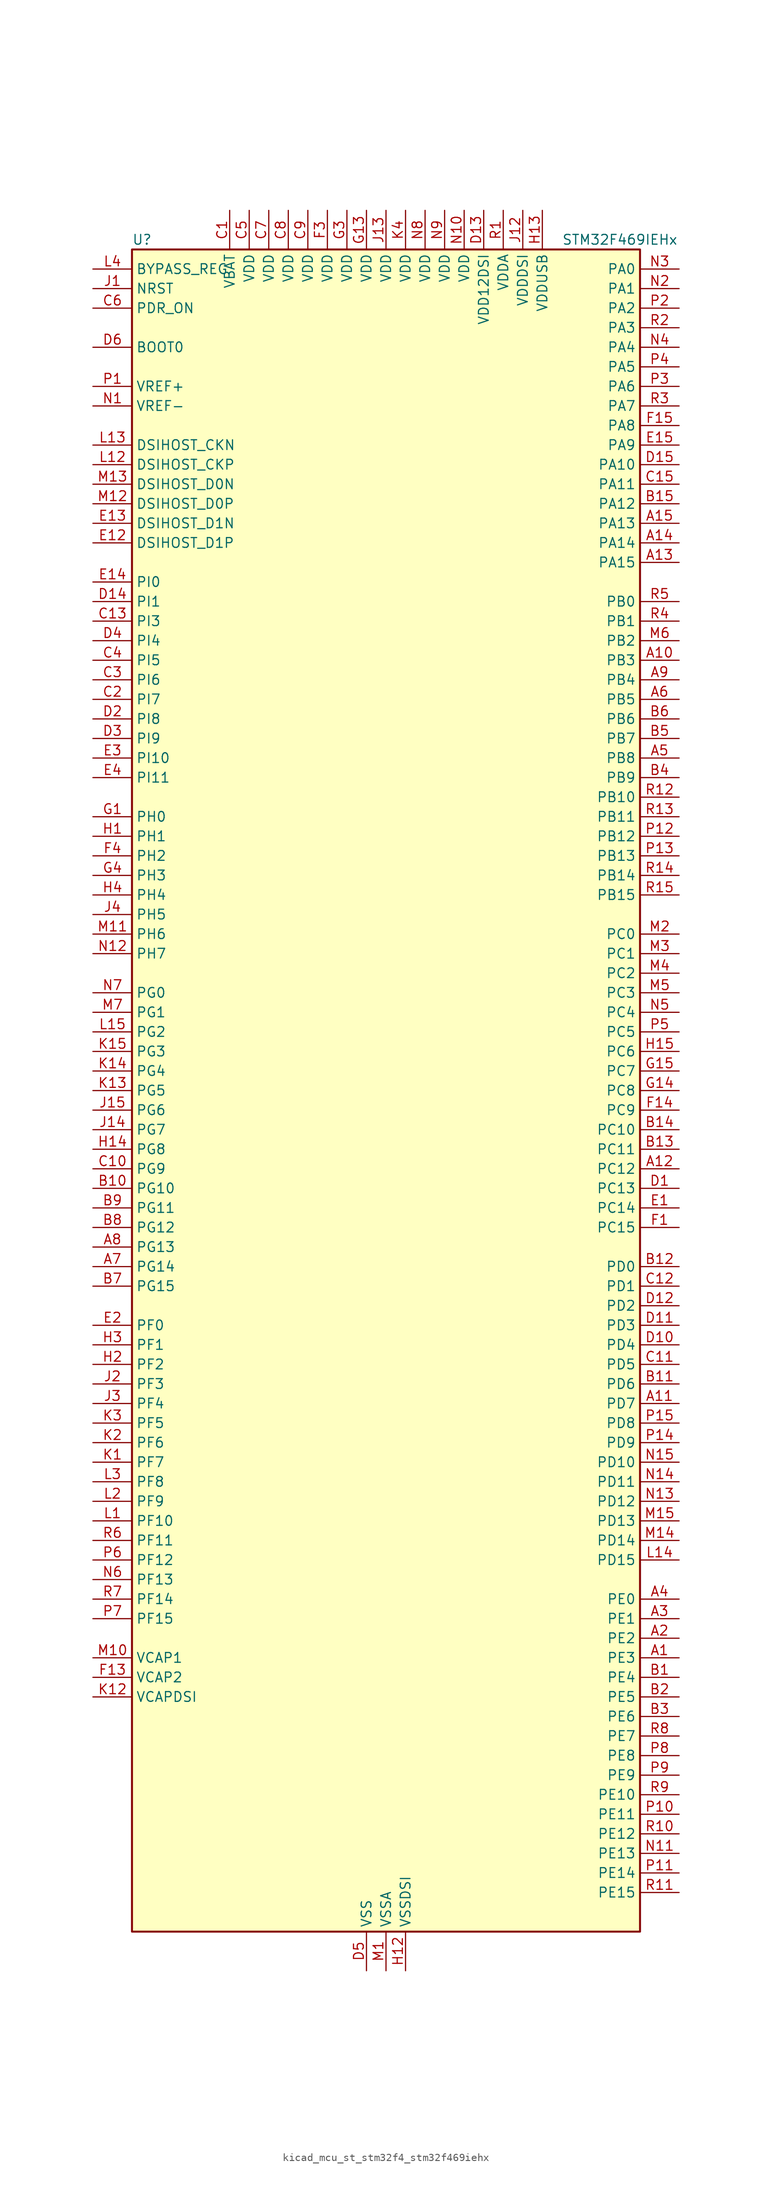
<source format=kicad_sym>
(kicad_symbol_lib
  (version 20220914)
  (generator kicad_symbol_editor)
  (symbol "kicad_mcu_st_stm32f4_stm32f469iehx"
    (property "Reference" "U"
      (at -33.02 110.49 0)
      (effects (font (size 1.27 1.27)) (justify left)))
    (property "Value" "STM32F469IEHx"
      (at 22.86 110.49 0)
      (effects (font (size 1.27 1.27)) (justify left)))
    (property "ki_locked" ""
      (at 0 0 0)
      (effects (font (size 1.27 1.27))))
    (symbol "kicad_mcu_st_stm32f4_stm32f469iehx_0_1"
      (rectangle (start -33.02 -109.22) (end 33.02 109.22) (stroke (width 0.254) (type default)) (fill (type background))))
    (symbol "kicad_mcu_st_stm32f4_stm32f469iehx_1_1"
      (pin bidirectional line (at 38.1 -73.66 180) (length 5.08) (name "PE3" (effects (font (size 1.27 1.27)))) (number "A1" (effects (font (size 1.27 1.27)))) (alternate "FMC_A19" bidirectional line) (alternate "SAI1_SD_B" bidirectional line) (alternate "SYS_TRACED0" bidirectional line))
      (pin bidirectional line (at 38.1 55.88 180) (length 5.08) (name "PB3" (effects (font (size 1.27 1.27)))) (number "A10" (effects (font (size 1.27 1.27)))) (alternate "I2S3_CK" bidirectional line) (alternate "SPI1_SCK" bidirectional line) (alternate "SPI3_SCK" bidirectional line) (alternate "SYS_JTDO-SWO" bidirectional line) (alternate "TIM2_CH2" bidirectional line))
      (pin bidirectional line (at 38.1 -40.64 180) (length 5.08) (name "PD7" (effects (font (size 1.27 1.27)))) (number "A11" (effects (font (size 1.27 1.27)))) (alternate "FMC_NE1" bidirectional line) (alternate "USART2_CK" bidirectional line))
      (pin bidirectional line (at 38.1 -10.16 180) (length 5.08) (name "PC12" (effects (font (size 1.27 1.27)))) (number "A12" (effects (font (size 1.27 1.27)))) (alternate "DCMI_D9" bidirectional line) (alternate "I2S3_SD" bidirectional line) (alternate "SDIO_CK" bidirectional line) (alternate "SPI3_MOSI" bidirectional line) (alternate "SYS_TRACED3" bidirectional line) (alternate "UART5_TX" bidirectional line) (alternate "USART3_CK" bidirectional line))
      (pin bidirectional line (at 38.1 68.58 180) (length 5.08) (name "PA15" (effects (font (size 1.27 1.27)))) (number "A13" (effects (font (size 1.27 1.27)))) (alternate "ADC1_EXTI15" bidirectional line) (alternate "ADC2_EXTI15" bidirectional line) (alternate "ADC3_EXTI15" bidirectional line) (alternate "I2S3_WS" bidirectional line) (alternate "SPI1_NSS" bidirectional line) (alternate "SPI3_NSS" bidirectional line) (alternate "SYS_JTDI" bidirectional line) (alternate "TIM2_CH1" bidirectional line) (alternate "TIM2_ETR" bidirectional line))
      (pin bidirectional line (at 38.1 71.12 180) (length 5.08) (name "PA14" (effects (font (size 1.27 1.27)))) (number "A14" (effects (font (size 1.27 1.27)))) (alternate "SYS_JTCK-SWCLK" bidirectional line))
      (pin bidirectional line (at 38.1 73.66 180) (length 5.08) (name "PA13" (effects (font (size 1.27 1.27)))) (number "A15" (effects (font (size 1.27 1.27)))) (alternate "SYS_JTMS-SWDIO" bidirectional line))
      (pin bidirectional line (at 38.1 -71.12 180) (length 5.08) (name "PE2" (effects (font (size 1.27 1.27)))) (number "A2" (effects (font (size 1.27 1.27)))) (alternate "ETH_TXD3" bidirectional line) (alternate "FMC_A23" bidirectional line) (alternate "QUADSPI_BK1_IO2" bidirectional line) (alternate "SAI1_MCLK_A" bidirectional line) (alternate "SPI4_SCK" bidirectional line) (alternate "SYS_TRACECLK" bidirectional line))
      (pin bidirectional line (at 38.1 -68.58 180) (length 5.08) (name "PE1" (effects (font (size 1.27 1.27)))) (number "A3" (effects (font (size 1.27 1.27)))) (alternate "DCMI_D3" bidirectional line) (alternate "FMC_NBL1" bidirectional line) (alternate "UART8_TX" bidirectional line))
      (pin bidirectional line (at 38.1 -66.04 180) (length 5.08) (name "PE0" (effects (font (size 1.27 1.27)))) (number "A4" (effects (font (size 1.27 1.27)))) (alternate "DCMI_D2" bidirectional line) (alternate "FMC_NBL0" bidirectional line) (alternate "TIM4_ETR" bidirectional line) (alternate "UART8_RX" bidirectional line))
      (pin bidirectional line (at 38.1 43.18 180) (length 5.08) (name "PB8" (effects (font (size 1.27 1.27)))) (number "A5" (effects (font (size 1.27 1.27)))) (alternate "CAN1_RX" bidirectional line) (alternate "DCMI_D6" bidirectional line) (alternate "ETH_TXD3" bidirectional line) (alternate "I2C1_SCL" bidirectional line) (alternate "LTDC_B6" bidirectional line) (alternate "SDIO_D4" bidirectional line) (alternate "TIM10_CH1" bidirectional line) (alternate "TIM4_CH3" bidirectional line))
      (pin bidirectional line (at 38.1 50.8 180) (length 5.08) (name "PB5" (effects (font (size 1.27 1.27)))) (number "A6" (effects (font (size 1.27 1.27)))) (alternate "CAN2_RX" bidirectional line) (alternate "DCMI_D10" bidirectional line) (alternate "ETH_PPS_OUT" bidirectional line) (alternate "FMC_SDCKE1" bidirectional line) (alternate "I2C1_SMBA" bidirectional line) (alternate "I2S3_SD" bidirectional line) (alternate "LTDC_G7" bidirectional line) (alternate "SPI1_MOSI" bidirectional line) (alternate "SPI3_MOSI" bidirectional line) (alternate "TIM3_CH2" bidirectional line) (alternate "USB_OTG_HS_ULPI_D7" bidirectional line))
      (pin bidirectional line (at -38.1 -22.86 0) (length 5.08) (name "PG14" (effects (font (size 1.27 1.27)))) (number "A7" (effects (font (size 1.27 1.27)))) (alternate "ETH_TXD1" bidirectional line) (alternate "FMC_A25" bidirectional line) (alternate "LTDC_B0" bidirectional line) (alternate "QUADSPI_BK2_IO3" bidirectional line) (alternate "SPI6_MOSI" bidirectional line) (alternate "SYS_TRACED1" bidirectional line) (alternate "USART6_TX" bidirectional line))
      (pin bidirectional line (at -38.1 -20.32 0) (length 5.08) (name "PG13" (effects (font (size 1.27 1.27)))) (number "A8" (effects (font (size 1.27 1.27)))) (alternate "ETH_TXD0" bidirectional line) (alternate "FMC_A24" bidirectional line) (alternate "LTDC_R0" bidirectional line) (alternate "SPI6_SCK" bidirectional line) (alternate "SYS_TRACED0" bidirectional line) (alternate "USART6_CTS" bidirectional line))
      (pin bidirectional line (at 38.1 53.34 180) (length 5.08) (name "PB4" (effects (font (size 1.27 1.27)))) (number "A9" (effects (font (size 1.27 1.27)))) (alternate "I2S3_ext_SD" bidirectional line) (alternate "SPI1_MISO" bidirectional line) (alternate "SPI3_MISO" bidirectional line) (alternate "SYS_JTRST" bidirectional line) (alternate "TIM3_CH1" bidirectional line))
      (pin bidirectional line (at 38.1 -76.2 180) (length 5.08) (name "PE4" (effects (font (size 1.27 1.27)))) (number "B1" (effects (font (size 1.27 1.27)))) (alternate "DCMI_D4" bidirectional line) (alternate "FMC_A20" bidirectional line) (alternate "LTDC_B0" bidirectional line) (alternate "SAI1_FS_A" bidirectional line) (alternate "SPI4_NSS" bidirectional line) (alternate "SYS_TRACED1" bidirectional line))
      (pin bidirectional line (at -38.1 -12.7 0) (length 5.08) (name "PG10" (effects (font (size 1.27 1.27)))) (number "B10" (effects (font (size 1.27 1.27)))) (alternate "DCMI_D2" bidirectional line) (alternate "FMC_NE3" bidirectional line) (alternate "LTDC_B2" bidirectional line) (alternate "LTDC_G3" bidirectional line))
      (pin bidirectional line (at 38.1 -38.1 180) (length 5.08) (name "PD6" (effects (font (size 1.27 1.27)))) (number "B11" (effects (font (size 1.27 1.27)))) (alternate "DCMI_D10" bidirectional line) (alternate "FMC_NWAIT" bidirectional line) (alternate "I2S3_SD" bidirectional line) (alternate "LTDC_B2" bidirectional line) (alternate "SAI1_SD_A" bidirectional line) (alternate "SPI3_MOSI" bidirectional line) (alternate "USART2_RX" bidirectional line))
      (pin bidirectional line (at 38.1 -22.86 180) (length 5.08) (name "PD0" (effects (font (size 1.27 1.27)))) (number "B12" (effects (font (size 1.27 1.27)))) (alternate "CAN1_RX" bidirectional line) (alternate "FMC_D2" bidirectional line) (alternate "FMC_DA2" bidirectional line))
      (pin bidirectional line (at 38.1 -7.62 180) (length 5.08) (name "PC11" (effects (font (size 1.27 1.27)))) (number "B13" (effects (font (size 1.27 1.27)))) (alternate "ADC1_EXTI11" bidirectional line) (alternate "ADC2_EXTI11" bidirectional line) (alternate "ADC3_EXTI11" bidirectional line) (alternate "DCMI_D4" bidirectional line) (alternate "I2S3_ext_SD" bidirectional line) (alternate "QUADSPI_BK2_NCS" bidirectional line) (alternate "SDIO_D3" bidirectional line) (alternate "SPI3_MISO" bidirectional line) (alternate "UART4_RX" bidirectional line) (alternate "USART3_RX" bidirectional line))
      (pin bidirectional line (at 38.1 -5.08 180) (length 5.08) (name "PC10" (effects (font (size 1.27 1.27)))) (number "B14" (effects (font (size 1.27 1.27)))) (alternate "DCMI_D8" bidirectional line) (alternate "I2S3_CK" bidirectional line) (alternate "LTDC_R2" bidirectional line) (alternate "QUADSPI_BK1_IO1" bidirectional line) (alternate "SDIO_D2" bidirectional line) (alternate "SPI3_SCK" bidirectional line) (alternate "UART4_TX" bidirectional line) (alternate "USART3_TX" bidirectional line))
      (pin bidirectional line (at 38.1 76.2 180) (length 5.08) (name "PA12" (effects (font (size 1.27 1.27)))) (number "B15" (effects (font (size 1.27 1.27)))) (alternate "CAN1_TX" bidirectional line) (alternate "LTDC_R5" bidirectional line) (alternate "TIM1_ETR" bidirectional line) (alternate "USART1_RTS" bidirectional line) (alternate "USB_OTG_FS_DP" bidirectional line))
      (pin bidirectional line (at 38.1 -78.74 180) (length 5.08) (name "PE5" (effects (font (size 1.27 1.27)))) (number "B2" (effects (font (size 1.27 1.27)))) (alternate "DCMI_D6" bidirectional line) (alternate "FMC_A21" bidirectional line) (alternate "LTDC_G0" bidirectional line) (alternate "SAI1_SCK_A" bidirectional line) (alternate "SPI4_MISO" bidirectional line) (alternate "SYS_TRACED2" bidirectional line) (alternate "TIM9_CH1" bidirectional line))
      (pin bidirectional line (at 38.1 -81.28 180) (length 5.08) (name "PE6" (effects (font (size 1.27 1.27)))) (number "B3" (effects (font (size 1.27 1.27)))) (alternate "DCMI_D7" bidirectional line) (alternate "FMC_A22" bidirectional line) (alternate "LTDC_G1" bidirectional line) (alternate "SAI1_SD_A" bidirectional line) (alternate "SPI4_MOSI" bidirectional line) (alternate "SYS_TRACED3" bidirectional line) (alternate "TIM9_CH2" bidirectional line))
      (pin bidirectional line (at 38.1 40.64 180) (length 5.08) (name "PB9" (effects (font (size 1.27 1.27)))) (number "B4" (effects (font (size 1.27 1.27)))) (alternate "CAN1_TX" bidirectional line) (alternate "DAC_EXTI9" bidirectional line) (alternate "DCMI_D7" bidirectional line) (alternate "I2C1_SDA" bidirectional line) (alternate "I2S2_WS" bidirectional line) (alternate "LTDC_B7" bidirectional line) (alternate "SDIO_D5" bidirectional line) (alternate "SPI2_NSS" bidirectional line) (alternate "TIM11_CH1" bidirectional line) (alternate "TIM4_CH4" bidirectional line))
      (pin bidirectional line (at 38.1 45.72 180) (length 5.08) (name "PB7" (effects (font (size 1.27 1.27)))) (number "B5" (effects (font (size 1.27 1.27)))) (alternate "DCMI_VSYNC" bidirectional line) (alternate "FMC_NL" bidirectional line) (alternate "I2C1_SDA" bidirectional line) (alternate "TIM4_CH2" bidirectional line) (alternate "USART1_RX" bidirectional line))
      (pin bidirectional line (at 38.1 48.26 180) (length 5.08) (name "PB6" (effects (font (size 1.27 1.27)))) (number "B6" (effects (font (size 1.27 1.27)))) (alternate "CAN2_TX" bidirectional line) (alternate "DCMI_D5" bidirectional line) (alternate "FMC_SDNE1" bidirectional line) (alternate "I2C1_SCL" bidirectional line) (alternate "QUADSPI_BK1_NCS" bidirectional line) (alternate "TIM4_CH1" bidirectional line) (alternate "USART1_TX" bidirectional line))
      (pin bidirectional line (at -38.1 -25.4 0) (length 5.08) (name "PG15" (effects (font (size 1.27 1.27)))) (number "B7" (effects (font (size 1.27 1.27)))) (alternate "ADC1_EXTI15" bidirectional line) (alternate "ADC2_EXTI15" bidirectional line) (alternate "ADC3_EXTI15" bidirectional line) (alternate "DCMI_D13" bidirectional line) (alternate "FMC_SDNCAS" bidirectional line) (alternate "USART6_CTS" bidirectional line))
      (pin bidirectional line (at -38.1 -17.78 0) (length 5.08) (name "PG12" (effects (font (size 1.27 1.27)))) (number "B8" (effects (font (size 1.27 1.27)))) (alternate "FMC_NE4" bidirectional line) (alternate "LTDC_B1" bidirectional line) (alternate "LTDC_B4" bidirectional line) (alternate "SPI6_MISO" bidirectional line) (alternate "USART6_RTS" bidirectional line))
      (pin bidirectional line (at -38.1 -15.24 0) (length 5.08) (name "PG11" (effects (font (size 1.27 1.27)))) (number "B9" (effects (font (size 1.27 1.27)))) (alternate "ADC1_EXTI11" bidirectional line) (alternate "ADC2_EXTI11" bidirectional line) (alternate "ADC3_EXTI11" bidirectional line) (alternate "DCMI_D3" bidirectional line) (alternate "ETH_TX_EN" bidirectional line) (alternate "LTDC_B3" bidirectional line))
      (pin power_in line (at -20.32 114.3 270) (length 5.08) (name "VBAT" (effects (font (size 1.27 1.27)))) (number "C1" (effects (font (size 1.27 1.27)))))
      (pin bidirectional line (at -38.1 -10.16 0) (length 5.08) (name "PG9" (effects (font (size 1.27 1.27)))) (number "C10" (effects (font (size 1.27 1.27)))) (alternate "DAC_EXTI9" bidirectional line) (alternate "DCMI_VSYNC" bidirectional line) (alternate "FMC_NCE" bidirectional line) (alternate "FMC_NE2" bidirectional line) (alternate "QUADSPI_BK2_IO2" bidirectional line) (alternate "USART6_RX" bidirectional line))
      (pin bidirectional line (at 38.1 -35.56 180) (length 5.08) (name "PD5" (effects (font (size 1.27 1.27)))) (number "C11" (effects (font (size 1.27 1.27)))) (alternate "FMC_NWE" bidirectional line) (alternate "USART2_TX" bidirectional line))
      (pin bidirectional line (at 38.1 -25.4 180) (length 5.08) (name "PD1" (effects (font (size 1.27 1.27)))) (number "C12" (effects (font (size 1.27 1.27)))) (alternate "CAN1_TX" bidirectional line) (alternate "FMC_D3" bidirectional line) (alternate "FMC_DA3" bidirectional line))
      (pin bidirectional line (at -38.1 60.96 0) (length 5.08) (name "PI3" (effects (font (size 1.27 1.27)))) (number "C13" (effects (font (size 1.27 1.27)))) (alternate "DCMI_D10" bidirectional line) (alternate "FMC_D27" bidirectional line) (alternate "I2S2_SD" bidirectional line) (alternate "SPI2_MOSI" bidirectional line) (alternate "TIM8_ETR" bidirectional line))
      (pin no_connect line (at -33.02 -109.22 0) (length 5.08) hide (name "NC" (effects (font (size 1.27 1.27)))) (number "C14" (effects (font (size 1.27 1.27)))))
      (pin bidirectional line (at 38.1 78.74 180) (length 5.08) (name "PA11" (effects (font (size 1.27 1.27)))) (number "C15" (effects (font (size 1.27 1.27)))) (alternate "ADC1_EXTI11" bidirectional line) (alternate "ADC2_EXTI11" bidirectional line) (alternate "ADC3_EXTI11" bidirectional line) (alternate "CAN1_RX" bidirectional line) (alternate "LTDC_R4" bidirectional line) (alternate "TIM1_CH4" bidirectional line) (alternate "USART1_CTS" bidirectional line) (alternate "USB_OTG_FS_DM" bidirectional line))
      (pin bidirectional line (at -38.1 50.8 0) (length 5.08) (name "PI7" (effects (font (size 1.27 1.27)))) (number "C2" (effects (font (size 1.27 1.27)))) (alternate "DCMI_D7" bidirectional line) (alternate "FMC_D29" bidirectional line) (alternate "LTDC_B7" bidirectional line) (alternate "TIM8_CH3" bidirectional line))
      (pin bidirectional line (at -38.1 53.34 0) (length 5.08) (name "PI6" (effects (font (size 1.27 1.27)))) (number "C3" (effects (font (size 1.27 1.27)))) (alternate "DCMI_D6" bidirectional line) (alternate "FMC_D28" bidirectional line) (alternate "LTDC_B6" bidirectional line) (alternate "TIM8_CH2" bidirectional line))
      (pin bidirectional line (at -38.1 55.88 0) (length 5.08) (name "PI5" (effects (font (size 1.27 1.27)))) (number "C4" (effects (font (size 1.27 1.27)))) (alternate "DCMI_VSYNC" bidirectional line) (alternate "FMC_NBL3" bidirectional line) (alternate "LTDC_B5" bidirectional line) (alternate "TIM8_CH1" bidirectional line))
      (pin power_in line (at -17.78 114.3 270) (length 5.08) (name "VDD" (effects (font (size 1.27 1.27)))) (number "C5" (effects (font (size 1.27 1.27)))))
      (pin input line (at -38.1 101.6 0) (length 5.08) (name "PDR_ON" (effects (font (size 1.27 1.27)))) (number "C6" (effects (font (size 1.27 1.27)))))
      (pin power_in line (at -15.24 114.3 270) (length 5.08) (name "VDD" (effects (font (size 1.27 1.27)))) (number "C7" (effects (font (size 1.27 1.27)))))
      (pin power_in line (at -12.7 114.3 270) (length 5.08) (name "VDD" (effects (font (size 1.27 1.27)))) (number "C8" (effects (font (size 1.27 1.27)))))
      (pin power_in line (at -10.16 114.3 270) (length 5.08) (name "VDD" (effects (font (size 1.27 1.27)))) (number "C9" (effects (font (size 1.27 1.27)))))
      (pin bidirectional line (at 38.1 -12.7 180) (length 5.08) (name "PC13" (effects (font (size 1.27 1.27)))) (number "D1" (effects (font (size 1.27 1.27)))) (alternate "RTC_AF1" bidirectional line))
      (pin bidirectional line (at 38.1 -33.02 180) (length 5.08) (name "PD4" (effects (font (size 1.27 1.27)))) (number "D10" (effects (font (size 1.27 1.27)))) (alternate "FMC_NOE" bidirectional line) (alternate "USART2_RTS" bidirectional line))
      (pin bidirectional line (at 38.1 -30.48 180) (length 5.08) (name "PD3" (effects (font (size 1.27 1.27)))) (number "D11" (effects (font (size 1.27 1.27)))) (alternate "DCMI_D5" bidirectional line) (alternate "FMC_CLK" bidirectional line) (alternate "I2S2_CK" bidirectional line) (alternate "LTDC_G7" bidirectional line) (alternate "SPI2_SCK" bidirectional line) (alternate "USART2_CTS" bidirectional line))
      (pin bidirectional line (at 38.1 -27.94 180) (length 5.08) (name "PD2" (effects (font (size 1.27 1.27)))) (number "D12" (effects (font (size 1.27 1.27)))) (alternate "DCMI_D11" bidirectional line) (alternate "SDIO_CMD" bidirectional line) (alternate "SYS_TRACED2" bidirectional line) (alternate "TIM3_ETR" bidirectional line) (alternate "UART5_RX" bidirectional line))
      (pin power_in line (at 12.7 114.3 270) (length 5.08) (name "VDD12DSI" (effects (font (size 1.27 1.27)))) (number "D13" (effects (font (size 1.27 1.27)))))
      (pin bidirectional line (at -38.1 63.5 0) (length 5.08) (name "PI1" (effects (font (size 1.27 1.27)))) (number "D14" (effects (font (size 1.27 1.27)))) (alternate "DCMI_D8" bidirectional line) (alternate "FMC_D25" bidirectional line) (alternate "I2S2_CK" bidirectional line) (alternate "LTDC_G6" bidirectional line) (alternate "SPI2_SCK" bidirectional line))
      (pin bidirectional line (at 38.1 81.28 180) (length 5.08) (name "PA10" (effects (font (size 1.27 1.27)))) (number "D15" (effects (font (size 1.27 1.27)))) (alternate "DCMI_D1" bidirectional line) (alternate "TIM1_CH3" bidirectional line) (alternate "USART1_RX" bidirectional line) (alternate "USB_OTG_FS_ID" bidirectional line))
      (pin bidirectional line (at -38.1 48.26 0) (length 5.08) (name "PI8" (effects (font (size 1.27 1.27)))) (number "D2" (effects (font (size 1.27 1.27)))) (alternate "RTC_AF1" bidirectional line) (alternate "RTC_AF2" bidirectional line))
      (pin bidirectional line (at -38.1 45.72 0) (length 5.08) (name "PI9" (effects (font (size 1.27 1.27)))) (number "D3" (effects (font (size 1.27 1.27)))) (alternate "CAN1_RX" bidirectional line) (alternate "DAC_EXTI9" bidirectional line) (alternate "FMC_D30" bidirectional line) (alternate "LTDC_VSYNC" bidirectional line))
      (pin bidirectional line (at -38.1 58.42 0) (length 5.08) (name "PI4" (effects (font (size 1.27 1.27)))) (number "D4" (effects (font (size 1.27 1.27)))) (alternate "DCMI_D5" bidirectional line) (alternate "FMC_NBL2" bidirectional line) (alternate "LTDC_B4" bidirectional line) (alternate "TIM8_BKIN" bidirectional line))
      (pin power_in line (at -2.54 -114.3 90) (length 5.08) (name "VSS" (effects (font (size 1.27 1.27)))) (number "D5" (effects (font (size 1.27 1.27)))))
      (pin input line (at -38.1 96.52 0) (length 5.08) (name "BOOT0" (effects (font (size 1.27 1.27)))) (number "D6" (effects (font (size 1.27 1.27)))))
      (pin passive line (at -2.54 -114.3 90) (length 5.08) hide (name "VSS" (effects (font (size 1.27 1.27)))) (number "D7" (effects (font (size 1.27 1.27)))))
      (pin passive line (at -2.54 -114.3 90) (length 5.08) hide (name "VSS" (effects (font (size 1.27 1.27)))) (number "D8" (effects (font (size 1.27 1.27)))))
      (pin passive line (at -2.54 -114.3 90) (length 5.08) hide (name "VSS" (effects (font (size 1.27 1.27)))) (number "D9" (effects (font (size 1.27 1.27)))))
      (pin bidirectional line (at 38.1 -15.24 180) (length 5.08) (name "PC14" (effects (font (size 1.27 1.27)))) (number "E1" (effects (font (size 1.27 1.27)))) (alternate "RCC_OSC32_IN" bidirectional line))
      (pin bidirectional line (at -38.1 71.12 0) (length 5.08) (name "DSIHOST_D1P" (effects (font (size 1.27 1.27)))) (number "E12" (effects (font (size 1.27 1.27)))) (alternate "DSIHOST_D1P" bidirectional line))
      (pin bidirectional line (at -38.1 73.66 0) (length 5.08) (name "DSIHOST_D1N" (effects (font (size 1.27 1.27)))) (number "E13" (effects (font (size 1.27 1.27)))) (alternate "DSIHOST_D1N" bidirectional line))
      (pin bidirectional line (at -38.1 66.04 0) (length 5.08) (name "PI0" (effects (font (size 1.27 1.27)))) (number "E14" (effects (font (size 1.27 1.27)))) (alternate "DCMI_D13" bidirectional line) (alternate "FMC_D24" bidirectional line) (alternate "I2S2_WS" bidirectional line) (alternate "LTDC_G5" bidirectional line) (alternate "SPI2_NSS" bidirectional line) (alternate "TIM5_CH4" bidirectional line))
      (pin bidirectional line (at 38.1 83.82 180) (length 5.08) (name "PA9" (effects (font (size 1.27 1.27)))) (number "E15" (effects (font (size 1.27 1.27)))) (alternate "DAC_EXTI9" bidirectional line) (alternate "DCMI_D0" bidirectional line) (alternate "I2C3_SMBA" bidirectional line) (alternate "I2S2_CK" bidirectional line) (alternate "SPI2_SCK" bidirectional line) (alternate "TIM1_CH2" bidirectional line) (alternate "USART1_TX" bidirectional line) (alternate "USB_OTG_FS_VBUS" bidirectional line))
      (pin bidirectional line (at -38.1 -30.48 0) (length 5.08) (name "PF0" (effects (font (size 1.27 1.27)))) (number "E2" (effects (font (size 1.27 1.27)))) (alternate "FMC_A0" bidirectional line) (alternate "I2C2_SDA" bidirectional line))
      (pin bidirectional line (at -38.1 43.18 0) (length 5.08) (name "PI10" (effects (font (size 1.27 1.27)))) (number "E3" (effects (font (size 1.27 1.27)))) (alternate "ETH_RX_ER" bidirectional line) (alternate "FMC_D31" bidirectional line) (alternate "LTDC_HSYNC" bidirectional line))
      (pin bidirectional line (at -38.1 40.64 0) (length 5.08) (name "PI11" (effects (font (size 1.27 1.27)))) (number "E4" (effects (font (size 1.27 1.27)))) (alternate "ADC1_EXTI11" bidirectional line) (alternate "ADC2_EXTI11" bidirectional line) (alternate "ADC3_EXTI11" bidirectional line) (alternate "LTDC_G6" bidirectional line) (alternate "USB_OTG_HS_ULPI_DIR" bidirectional line))
      (pin bidirectional line (at 38.1 -17.78 180) (length 5.08) (name "PC15" (effects (font (size 1.27 1.27)))) (number "F1" (effects (font (size 1.27 1.27)))) (alternate "ADC1_EXTI15" bidirectional line) (alternate "ADC2_EXTI15" bidirectional line) (alternate "ADC3_EXTI15" bidirectional line) (alternate "RCC_OSC32_OUT" bidirectional line))
      (pin passive line (at -2.54 -114.3 90) (length 5.08) hide (name "VSS" (effects (font (size 1.27 1.27)))) (number "F10" (effects (font (size 1.27 1.27)))))
      (pin passive line (at -2.54 -114.3 90) (length 5.08) hide (name "VSS" (effects (font (size 1.27 1.27)))) (number "F12" (effects (font (size 1.27 1.27)))))
      (pin power_out line (at -38.1 -76.2 0) (length 5.08) (name "VCAP2" (effects (font (size 1.27 1.27)))) (number "F13" (effects (font (size 1.27 1.27)))))
      (pin bidirectional line (at 38.1 -2.54 180) (length 5.08) (name "PC9" (effects (font (size 1.27 1.27)))) (number "F14" (effects (font (size 1.27 1.27)))) (alternate "DAC_EXTI9" bidirectional line) (alternate "DCMI_D3" bidirectional line) (alternate "I2C3_SDA" bidirectional line) (alternate "I2S_CKIN" bidirectional line) (alternate "QUADSPI_BK1_IO0" bidirectional line) (alternate "RCC_MCO_2" bidirectional line) (alternate "SDIO_D1" bidirectional line) (alternate "TIM3_CH4" bidirectional line) (alternate "TIM8_CH4" bidirectional line))
      (pin bidirectional line (at 38.1 86.36 180) (length 5.08) (name "PA8" (effects (font (size 1.27 1.27)))) (number "F15" (effects (font (size 1.27 1.27)))) (alternate "I2C3_SCL" bidirectional line) (alternate "LTDC_R6" bidirectional line) (alternate "RCC_MCO_1" bidirectional line) (alternate "TIM1_CH1" bidirectional line) (alternate "USART1_CK" bidirectional line) (alternate "USB_OTG_FS_SOF" bidirectional line))
      (pin passive line (at -2.54 -114.3 90) (length 5.08) hide (name "VSS" (effects (font (size 1.27 1.27)))) (number "F2" (effects (font (size 1.27 1.27)))))
      (pin power_in line (at -7.62 114.3 270) (length 5.08) (name "VDD" (effects (font (size 1.27 1.27)))) (number "F3" (effects (font (size 1.27 1.27)))))
      (pin bidirectional line (at -38.1 30.48 0) (length 5.08) (name "PH2" (effects (font (size 1.27 1.27)))) (number "F4" (effects (font (size 1.27 1.27)))) (alternate "ETH_CRS" bidirectional line) (alternate "FMC_SDCKE0" bidirectional line) (alternate "LTDC_R0" bidirectional line) (alternate "QUADSPI_BK2_IO0" bidirectional line))
      (pin passive line (at -2.54 -114.3 90) (length 5.08) hide (name "VSS" (effects (font (size 1.27 1.27)))) (number "F6" (effects (font (size 1.27 1.27)))))
      (pin passive line (at -2.54 -114.3 90) (length 5.08) hide (name "VSS" (effects (font (size 1.27 1.27)))) (number "F7" (effects (font (size 1.27 1.27)))))
      (pin passive line (at -2.54 -114.3 90) (length 5.08) hide (name "VSS" (effects (font (size 1.27 1.27)))) (number "F8" (effects (font (size 1.27 1.27)))))
      (pin passive line (at -2.54 -114.3 90) (length 5.08) hide (name "VSS" (effects (font (size 1.27 1.27)))) (number "F9" (effects (font (size 1.27 1.27)))))
      (pin bidirectional line (at -38.1 35.56 0) (length 5.08) (name "PH0" (effects (font (size 1.27 1.27)))) (number "G1" (effects (font (size 1.27 1.27)))) (alternate "RCC_OSC_IN" bidirectional line))
      (pin passive line (at -2.54 -114.3 90) (length 5.08) hide (name "VSS" (effects (font (size 1.27 1.27)))) (number "G10" (effects (font (size 1.27 1.27)))))
      (pin passive line (at -2.54 -114.3 90) (length 5.08) hide (name "VSS" (effects (font (size 1.27 1.27)))) (number "G12" (effects (font (size 1.27 1.27)))))
      (pin power_in line (at -2.54 114.3 270) (length 5.08) (name "VDD" (effects (font (size 1.27 1.27)))) (number "G13" (effects (font (size 1.27 1.27)))))
      (pin bidirectional line (at 38.1 0 180) (length 5.08) (name "PC8" (effects (font (size 1.27 1.27)))) (number "G14" (effects (font (size 1.27 1.27)))) (alternate "DCMI_D2" bidirectional line) (alternate "SDIO_D0" bidirectional line) (alternate "SYS_TRACED1" bidirectional line) (alternate "TIM3_CH3" bidirectional line) (alternate "TIM8_CH3" bidirectional line) (alternate "USART6_CK" bidirectional line))
      (pin bidirectional line (at 38.1 2.54 180) (length 5.08) (name "PC7" (effects (font (size 1.27 1.27)))) (number "G15" (effects (font (size 1.27 1.27)))) (alternate "DCMI_D1" bidirectional line) (alternate "I2S3_MCK" bidirectional line) (alternate "LTDC_G6" bidirectional line) (alternate "SDIO_D7" bidirectional line) (alternate "TIM3_CH2" bidirectional line) (alternate "TIM8_CH2" bidirectional line) (alternate "USART6_RX" bidirectional line))
      (pin passive line (at -2.54 -114.3 90) (length 5.08) hide (name "VSS" (effects (font (size 1.27 1.27)))) (number "G2" (effects (font (size 1.27 1.27)))))
      (pin power_in line (at -5.08 114.3 270) (length 5.08) (name "VDD" (effects (font (size 1.27 1.27)))) (number "G3" (effects (font (size 1.27 1.27)))))
      (pin bidirectional line (at -38.1 27.94 0) (length 5.08) (name "PH3" (effects (font (size 1.27 1.27)))) (number "G4" (effects (font (size 1.27 1.27)))) (alternate "ETH_COL" bidirectional line) (alternate "FMC_SDNE0" bidirectional line) (alternate "LTDC_R1" bidirectional line) (alternate "QUADSPI_BK2_IO1" bidirectional line))
      (pin passive line (at -2.54 -114.3 90) (length 5.08) hide (name "VSS" (effects (font (size 1.27 1.27)))) (number "G6" (effects (font (size 1.27 1.27)))))
      (pin passive line (at -2.54 -114.3 90) (length 5.08) hide (name "VSS" (effects (font (size 1.27 1.27)))) (number "G7" (effects (font (size 1.27 1.27)))))
      (pin passive line (at -2.54 -114.3 90) (length 5.08) hide (name "VSS" (effects (font (size 1.27 1.27)))) (number "G8" (effects (font (size 1.27 1.27)))))
      (pin passive line (at -2.54 -114.3 90) (length 5.08) hide (name "VSS" (effects (font (size 1.27 1.27)))) (number "G9" (effects (font (size 1.27 1.27)))))
      (pin bidirectional line (at -38.1 33.02 0) (length 5.08) (name "PH1" (effects (font (size 1.27 1.27)))) (number "H1" (effects (font (size 1.27 1.27)))) (alternate "RCC_OSC_OUT" bidirectional line))
      (pin passive line (at -2.54 -114.3 90) (length 5.08) hide (name "VSS" (effects (font (size 1.27 1.27)))) (number "H10" (effects (font (size 1.27 1.27)))))
      (pin power_in line (at 2.54 -114.3 90) (length 5.08) (name "VSSDSI" (effects (font (size 1.27 1.27)))) (number "H12" (effects (font (size 1.27 1.27)))))
      (pin power_in line (at 20.32 114.3 270) (length 5.08) (name "VDDUSB" (effects (font (size 1.27 1.27)))) (number "H13" (effects (font (size 1.27 1.27)))))
      (pin bidirectional line (at -38.1 -7.62 0) (length 5.08) (name "PG8" (effects (font (size 1.27 1.27)))) (number "H14" (effects (font (size 1.27 1.27)))) (alternate "ETH_PPS_OUT" bidirectional line) (alternate "FMC_SDCLK" bidirectional line) (alternate "LTDC_G7" bidirectional line) (alternate "SPI6_NSS" bidirectional line) (alternate "USART6_RTS" bidirectional line))
      (pin bidirectional line (at 38.1 5.08 180) (length 5.08) (name "PC6" (effects (font (size 1.27 1.27)))) (number "H15" (effects (font (size 1.27 1.27)))) (alternate "DCMI_D0" bidirectional line) (alternate "I2S2_MCK" bidirectional line) (alternate "LTDC_HSYNC" bidirectional line) (alternate "SDIO_D6" bidirectional line) (alternate "TIM3_CH1" bidirectional line) (alternate "TIM8_CH1" bidirectional line) (alternate "USART6_TX" bidirectional line))
      (pin bidirectional line (at -38.1 -35.56 0) (length 5.08) (name "PF2" (effects (font (size 1.27 1.27)))) (number "H2" (effects (font (size 1.27 1.27)))) (alternate "FMC_A2" bidirectional line) (alternate "I2C2_SMBA" bidirectional line))
      (pin bidirectional line (at -38.1 -33.02 0) (length 5.08) (name "PF1" (effects (font (size 1.27 1.27)))) (number "H3" (effects (font (size 1.27 1.27)))) (alternate "FMC_A1" bidirectional line) (alternate "I2C2_SCL" bidirectional line))
      (pin bidirectional line (at -38.1 25.4 0) (length 5.08) (name "PH4" (effects (font (size 1.27 1.27)))) (number "H4" (effects (font (size 1.27 1.27)))) (alternate "I2C2_SCL" bidirectional line) (alternate "LTDC_G4" bidirectional line) (alternate "LTDC_G5" bidirectional line) (alternate "USB_OTG_HS_ULPI_NXT" bidirectional line))
      (pin passive line (at -2.54 -114.3 90) (length 5.08) hide (name "VSS" (effects (font (size 1.27 1.27)))) (number "H6" (effects (font (size 1.27 1.27)))))
      (pin passive line (at -2.54 -114.3 90) (length 5.08) hide (name "VSS" (effects (font (size 1.27 1.27)))) (number "H7" (effects (font (size 1.27 1.27)))))
      (pin passive line (at -2.54 -114.3 90) (length 5.08) hide (name "VSS" (effects (font (size 1.27 1.27)))) (number "H8" (effects (font (size 1.27 1.27)))))
      (pin passive line (at -2.54 -114.3 90) (length 5.08) hide (name "VSS" (effects (font (size 1.27 1.27)))) (number "H9" (effects (font (size 1.27 1.27)))))
      (pin input line (at -38.1 104.14 0) (length 5.08) (name "NRST" (effects (font (size 1.27 1.27)))) (number "J1" (effects (font (size 1.27 1.27)))))
      (pin passive line (at -2.54 -114.3 90) (length 5.08) hide (name "VSS" (effects (font (size 1.27 1.27)))) (number "J10" (effects (font (size 1.27 1.27)))))
      (pin power_in line (at 17.78 114.3 270) (length 5.08) (name "VDDDSI" (effects (font (size 1.27 1.27)))) (number "J12" (effects (font (size 1.27 1.27)))))
      (pin power_in line (at 0 114.3 270) (length 5.08) (name "VDD" (effects (font (size 1.27 1.27)))) (number "J13" (effects (font (size 1.27 1.27)))))
      (pin bidirectional line (at -38.1 -5.08 0) (length 5.08) (name "PG7" (effects (font (size 1.27 1.27)))) (number "J14" (effects (font (size 1.27 1.27)))) (alternate "DCMI_D13" bidirectional line) (alternate "FMC_INT" bidirectional line) (alternate "LTDC_CLK" bidirectional line) (alternate "SAI1_MCLK_A" bidirectional line) (alternate "USART6_CK" bidirectional line))
      (pin bidirectional line (at -38.1 -2.54 0) (length 5.08) (name "PG6" (effects (font (size 1.27 1.27)))) (number "J15" (effects (font (size 1.27 1.27)))) (alternate "DCMI_D12" bidirectional line) (alternate "LTDC_R7" bidirectional line))
      (pin bidirectional line (at -38.1 -38.1 0) (length 5.08) (name "PF3" (effects (font (size 1.27 1.27)))) (number "J2" (effects (font (size 1.27 1.27)))) (alternate "ADC3_IN9" bidirectional line) (alternate "FMC_A3" bidirectional line))
      (pin bidirectional line (at -38.1 -40.64 0) (length 5.08) (name "PF4" (effects (font (size 1.27 1.27)))) (number "J3" (effects (font (size 1.27 1.27)))) (alternate "ADC3_IN14" bidirectional line) (alternate "FMC_A4" bidirectional line))
      (pin bidirectional line (at -38.1 22.86 0) (length 5.08) (name "PH5" (effects (font (size 1.27 1.27)))) (number "J4" (effects (font (size 1.27 1.27)))) (alternate "FMC_SDNWE" bidirectional line) (alternate "I2C2_SDA" bidirectional line) (alternate "SPI5_NSS" bidirectional line))
      (pin passive line (at -2.54 -114.3 90) (length 5.08) hide (name "VSS" (effects (font (size 1.27 1.27)))) (number "J6" (effects (font (size 1.27 1.27)))))
      (pin passive line (at -2.54 -114.3 90) (length 5.08) hide (name "VSS" (effects (font (size 1.27 1.27)))) (number "J7" (effects (font (size 1.27 1.27)))))
      (pin passive line (at -2.54 -114.3 90) (length 5.08) hide (name "VSS" (effects (font (size 1.27 1.27)))) (number "J8" (effects (font (size 1.27 1.27)))))
      (pin passive line (at -2.54 -114.3 90) (length 5.08) hide (name "VSS" (effects (font (size 1.27 1.27)))) (number "J9" (effects (font (size 1.27 1.27)))))
      (pin bidirectional line (at -38.1 -48.26 0) (length 5.08) (name "PF7" (effects (font (size 1.27 1.27)))) (number "K1" (effects (font (size 1.27 1.27)))) (alternate "ADC3_IN5" bidirectional line) (alternate "QUADSPI_BK1_IO2" bidirectional line) (alternate "SAI1_MCLK_B" bidirectional line) (alternate "SPI5_SCK" bidirectional line) (alternate "TIM11_CH1" bidirectional line) (alternate "UART7_TX" bidirectional line))
      (pin passive line (at -2.54 -114.3 90) (length 5.08) hide (name "VSS" (effects (font (size 1.27 1.27)))) (number "K10" (effects (font (size 1.27 1.27)))))
      (pin power_out line (at -38.1 -78.74 0) (length 5.08) (name "VCAPDSI" (effects (font (size 1.27 1.27)))) (number "K12" (effects (font (size 1.27 1.27)))))
      (pin bidirectional line (at -38.1 0 0) (length 5.08) (name "PG5" (effects (font (size 1.27 1.27)))) (number "K13" (effects (font (size 1.27 1.27)))) (alternate "FMC_A15" bidirectional line) (alternate "FMC_BA1" bidirectional line))
      (pin bidirectional line (at -38.1 2.54 0) (length 5.08) (name "PG4" (effects (font (size 1.27 1.27)))) (number "K14" (effects (font (size 1.27 1.27)))) (alternate "FMC_A14" bidirectional line) (alternate "FMC_BA0" bidirectional line))
      (pin bidirectional line (at -38.1 5.08 0) (length 5.08) (name "PG3" (effects (font (size 1.27 1.27)))) (number "K15" (effects (font (size 1.27 1.27)))) (alternate "FMC_A13" bidirectional line))
      (pin bidirectional line (at -38.1 -45.72 0) (length 5.08) (name "PF6" (effects (font (size 1.27 1.27)))) (number "K2" (effects (font (size 1.27 1.27)))) (alternate "ADC3_IN4" bidirectional line) (alternate "QUADSPI_BK1_IO3" bidirectional line) (alternate "SAI1_SD_B" bidirectional line) (alternate "SPI5_NSS" bidirectional line) (alternate "TIM10_CH1" bidirectional line) (alternate "UART7_RX" bidirectional line))
      (pin bidirectional line (at -38.1 -43.18 0) (length 5.08) (name "PF5" (effects (font (size 1.27 1.27)))) (number "K3" (effects (font (size 1.27 1.27)))) (alternate "ADC3_IN15" bidirectional line) (alternate "FMC_A5" bidirectional line))
      (pin power_in line (at 2.54 114.3 270) (length 5.08) (name "VDD" (effects (font (size 1.27 1.27)))) (number "K4" (effects (font (size 1.27 1.27)))))
      (pin passive line (at -2.54 -114.3 90) (length 5.08) hide (name "VSS" (effects (font (size 1.27 1.27)))) (number "K6" (effects (font (size 1.27 1.27)))))
      (pin passive line (at -2.54 -114.3 90) (length 5.08) hide (name "VSS" (effects (font (size 1.27 1.27)))) (number "K7" (effects (font (size 1.27 1.27)))))
      (pin passive line (at -2.54 -114.3 90) (length 5.08) hide (name "VSS" (effects (font (size 1.27 1.27)))) (number "K8" (effects (font (size 1.27 1.27)))))
      (pin passive line (at -2.54 -114.3 90) (length 5.08) hide (name "VSS" (effects (font (size 1.27 1.27)))) (number "K9" (effects (font (size 1.27 1.27)))))
      (pin bidirectional line (at -38.1 -55.88 0) (length 5.08) (name "PF10" (effects (font (size 1.27 1.27)))) (number "L1" (effects (font (size 1.27 1.27)))) (alternate "ADC3_IN8" bidirectional line) (alternate "DCMI_D11" bidirectional line) (alternate "LTDC_DE" bidirectional line) (alternate "QUADSPI_CLK" bidirectional line))
      (pin bidirectional line (at -38.1 81.28 0) (length 5.08) (name "DSIHOST_CKP" (effects (font (size 1.27 1.27)))) (number "L12" (effects (font (size 1.27 1.27)))) (alternate "DSIHOST_CKP" bidirectional line))
      (pin bidirectional line (at -38.1 83.82 0) (length 5.08) (name "DSIHOST_CKN" (effects (font (size 1.27 1.27)))) (number "L13" (effects (font (size 1.27 1.27)))) (alternate "DSIHOST_CKN" bidirectional line))
      (pin bidirectional line (at 38.1 -60.96 180) (length 5.08) (name "PD15" (effects (font (size 1.27 1.27)))) (number "L14" (effects (font (size 1.27 1.27)))) (alternate "ADC1_EXTI15" bidirectional line) (alternate "ADC2_EXTI15" bidirectional line) (alternate "ADC3_EXTI15" bidirectional line) (alternate "FMC_D1" bidirectional line) (alternate "FMC_DA1" bidirectional line) (alternate "TIM4_CH4" bidirectional line))
      (pin bidirectional line (at -38.1 7.62 0) (length 5.08) (name "PG2" (effects (font (size 1.27 1.27)))) (number "L15" (effects (font (size 1.27 1.27)))) (alternate "FMC_A12" bidirectional line))
      (pin bidirectional line (at -38.1 -53.34 0) (length 5.08) (name "PF9" (effects (font (size 1.27 1.27)))) (number "L2" (effects (font (size 1.27 1.27)))) (alternate "ADC3_IN7" bidirectional line) (alternate "DAC_EXTI9" bidirectional line) (alternate "QUADSPI_BK1_IO1" bidirectional line) (alternate "SAI1_FS_B" bidirectional line) (alternate "SPI5_MOSI" bidirectional line) (alternate "TIM14_CH1" bidirectional line))
      (pin bidirectional line (at -38.1 -50.8 0) (length 5.08) (name "PF8" (effects (font (size 1.27 1.27)))) (number "L3" (effects (font (size 1.27 1.27)))) (alternate "ADC3_IN6" bidirectional line) (alternate "QUADSPI_BK1_IO0" bidirectional line) (alternate "SAI1_SCK_B" bidirectional line) (alternate "SPI5_MISO" bidirectional line) (alternate "TIM13_CH1" bidirectional line))
      (pin input line (at -38.1 106.68 0) (length 5.08) (name "BYPASS_REG" (effects (font (size 1.27 1.27)))) (number "L4" (effects (font (size 1.27 1.27)))))
      (pin power_in line (at 0 -114.3 90) (length 5.08) (name "VSSA" (effects (font (size 1.27 1.27)))) (number "M1" (effects (font (size 1.27 1.27)))))
      (pin power_out line (at -38.1 -73.66 0) (length 5.08) (name "VCAP1" (effects (font (size 1.27 1.27)))) (number "M10" (effects (font (size 1.27 1.27)))))
      (pin bidirectional line (at -38.1 20.32 0) (length 5.08) (name "PH6" (effects (font (size 1.27 1.27)))) (number "M11" (effects (font (size 1.27 1.27)))) (alternate "DCMI_D8" bidirectional line) (alternate "ETH_RXD2" bidirectional line) (alternate "FMC_SDNE1" bidirectional line) (alternate "I2C2_SMBA" bidirectional line) (alternate "SPI5_SCK" bidirectional line) (alternate "TIM12_CH1" bidirectional line))
      (pin bidirectional line (at -38.1 76.2 0) (length 5.08) (name "DSIHOST_D0P" (effects (font (size 1.27 1.27)))) (number "M12" (effects (font (size 1.27 1.27)))) (alternate "DSIHOST_D0P" bidirectional line))
      (pin bidirectional line (at -38.1 78.74 0) (length 5.08) (name "DSIHOST_D0N" (effects (font (size 1.27 1.27)))) (number "M13" (effects (font (size 1.27 1.27)))) (alternate "DSIHOST_D0N" bidirectional line))
      (pin bidirectional line (at 38.1 -58.42 180) (length 5.08) (name "PD14" (effects (font (size 1.27 1.27)))) (number "M14" (effects (font (size 1.27 1.27)))) (alternate "FMC_D0" bidirectional line) (alternate "FMC_DA0" bidirectional line) (alternate "TIM4_CH3" bidirectional line))
      (pin bidirectional line (at 38.1 -55.88 180) (length 5.08) (name "PD13" (effects (font (size 1.27 1.27)))) (number "M15" (effects (font (size 1.27 1.27)))) (alternate "FMC_A18" bidirectional line) (alternate "QUADSPI_BK1_IO3" bidirectional line) (alternate "TIM4_CH2" bidirectional line))
      (pin bidirectional line (at 38.1 20.32 180) (length 5.08) (name "PC0" (effects (font (size 1.27 1.27)))) (number "M2" (effects (font (size 1.27 1.27)))) (alternate "ADC1_IN10" bidirectional line) (alternate "ADC2_IN10" bidirectional line) (alternate "ADC3_IN10" bidirectional line) (alternate "FMC_SDNWE" bidirectional line) (alternate "LTDC_R5" bidirectional line) (alternate "USB_OTG_HS_ULPI_STP" bidirectional line))
      (pin bidirectional line (at 38.1 17.78 180) (length 5.08) (name "PC1" (effects (font (size 1.27 1.27)))) (number "M3" (effects (font (size 1.27 1.27)))) (alternate "ADC1_IN11" bidirectional line) (alternate "ADC2_IN11" bidirectional line) (alternate "ADC3_IN11" bidirectional line) (alternate "ETH_MDC" bidirectional line) (alternate "I2S2_SD" bidirectional line) (alternate "SAI1_SD_A" bidirectional line) (alternate "SPI2_MOSI" bidirectional line) (alternate "SYS_TRACED0" bidirectional line))
      (pin bidirectional line (at 38.1 15.24 180) (length 5.08) (name "PC2" (effects (font (size 1.27 1.27)))) (number "M4" (effects (font (size 1.27 1.27)))) (alternate "ADC1_IN12" bidirectional line) (alternate "ADC2_IN12" bidirectional line) (alternate "ADC3_IN12" bidirectional line) (alternate "ETH_TXD2" bidirectional line) (alternate "FMC_SDNE0" bidirectional line) (alternate "I2S2_ext_SD" bidirectional line) (alternate "SPI2_MISO" bidirectional line) (alternate "USB_OTG_HS_ULPI_DIR" bidirectional line))
      (pin bidirectional line (at 38.1 12.7 180) (length 5.08) (name "PC3" (effects (font (size 1.27 1.27)))) (number "M5" (effects (font (size 1.27 1.27)))) (alternate "ADC1_IN13" bidirectional line) (alternate "ADC2_IN13" bidirectional line) (alternate "ADC3_IN13" bidirectional line) (alternate "ETH_TX_CLK" bidirectional line) (alternate "FMC_SDCKE0" bidirectional line) (alternate "I2S2_SD" bidirectional line) (alternate "SPI2_MOSI" bidirectional line) (alternate "USB_OTG_HS_ULPI_NXT" bidirectional line))
      (pin bidirectional line (at 38.1 58.42 180) (length 5.08) (name "PB2" (effects (font (size 1.27 1.27)))) (number "M6" (effects (font (size 1.27 1.27)))))
      (pin bidirectional line (at -38.1 10.16 0) (length 5.08) (name "PG1" (effects (font (size 1.27 1.27)))) (number "M7" (effects (font (size 1.27 1.27)))) (alternate "FMC_A11" bidirectional line))
      (pin passive line (at -2.54 -114.3 90) (length 5.08) hide (name "VSS" (effects (font (size 1.27 1.27)))) (number "M8" (effects (font (size 1.27 1.27)))))
      (pin passive line (at -2.54 -114.3 90) (length 5.08) hide (name "VSS" (effects (font (size 1.27 1.27)))) (number "M9" (effects (font (size 1.27 1.27)))))
      (pin input line (at -38.1 88.9 0) (length 5.08) (name "VREF-" (effects (font (size 1.27 1.27)))) (number "N1" (effects (font (size 1.27 1.27)))))
      (pin power_in line (at 10.16 114.3 270) (length 5.08) (name "VDD" (effects (font (size 1.27 1.27)))) (number "N10" (effects (font (size 1.27 1.27)))))
      (pin bidirectional line (at 38.1 -99.06 180) (length 5.08) (name "PE13" (effects (font (size 1.27 1.27)))) (number "N11" (effects (font (size 1.27 1.27)))) (alternate "FMC_D10" bidirectional line) (alternate "FMC_DA10" bidirectional line) (alternate "LTDC_DE" bidirectional line) (alternate "SPI4_MISO" bidirectional line) (alternate "TIM1_CH3" bidirectional line))
      (pin bidirectional line (at -38.1 17.78 0) (length 5.08) (name "PH7" (effects (font (size 1.27 1.27)))) (number "N12" (effects (font (size 1.27 1.27)))) (alternate "DCMI_D9" bidirectional line) (alternate "ETH_RXD3" bidirectional line) (alternate "FMC_SDCKE1" bidirectional line) (alternate "I2C3_SCL" bidirectional line) (alternate "SPI5_MISO" bidirectional line))
      (pin bidirectional line (at 38.1 -53.34 180) (length 5.08) (name "PD12" (effects (font (size 1.27 1.27)))) (number "N13" (effects (font (size 1.27 1.27)))) (alternate "FMC_A17" bidirectional line) (alternate "FMC_ALE" bidirectional line) (alternate "QUADSPI_BK1_IO1" bidirectional line) (alternate "TIM4_CH1" bidirectional line) (alternate "USART3_RTS" bidirectional line))
      (pin bidirectional line (at 38.1 -50.8 180) (length 5.08) (name "PD11" (effects (font (size 1.27 1.27)))) (number "N14" (effects (font (size 1.27 1.27)))) (alternate "ADC1_EXTI11" bidirectional line) (alternate "ADC2_EXTI11" bidirectional line) (alternate "ADC3_EXTI11" bidirectional line) (alternate "FMC_A16" bidirectional line) (alternate "FMC_CLE" bidirectional line) (alternate "QUADSPI_BK1_IO0" bidirectional line) (alternate "USART3_CTS" bidirectional line))
      (pin bidirectional line (at 38.1 -48.26 180) (length 5.08) (name "PD10" (effects (font (size 1.27 1.27)))) (number "N15" (effects (font (size 1.27 1.27)))) (alternate "FMC_D15" bidirectional line) (alternate "FMC_DA15" bidirectional line) (alternate "LTDC_B3" bidirectional line) (alternate "USART3_CK" bidirectional line))
      (pin bidirectional line (at 38.1 104.14 180) (length 5.08) (name "PA1" (effects (font (size 1.27 1.27)))) (number "N2" (effects (font (size 1.27 1.27)))) (alternate "ADC1_IN1" bidirectional line) (alternate "ADC2_IN1" bidirectional line) (alternate "ADC3_IN1" bidirectional line) (alternate "ETH_REF_CLK" bidirectional line) (alternate "ETH_RX_CLK" bidirectional line) (alternate "LTDC_R2" bidirectional line) (alternate "QUADSPI_BK1_IO3" bidirectional line) (alternate "TIM2_CH2" bidirectional line) (alternate "TIM5_CH2" bidirectional line) (alternate "UART4_RX" bidirectional line) (alternate "USART2_RTS" bidirectional line))
      (pin bidirectional line (at 38.1 106.68 180) (length 5.08) (name "PA0" (effects (font (size 1.27 1.27)))) (number "N3" (effects (font (size 1.27 1.27)))) (alternate "ADC1_IN0" bidirectional line) (alternate "ADC2_IN0" bidirectional line) (alternate "ADC3_IN0" bidirectional line) (alternate "ETH_CRS" bidirectional line) (alternate "SYS_WKUP" bidirectional line) (alternate "TIM2_CH1" bidirectional line) (alternate "TIM2_ETR" bidirectional line) (alternate "TIM5_CH1" bidirectional line) (alternate "TIM8_ETR" bidirectional line) (alternate "UART4_TX" bidirectional line) (alternate "USART2_CTS" bidirectional line))
      (pin bidirectional line (at 38.1 96.52 180) (length 5.08) (name "PA4" (effects (font (size 1.27 1.27)))) (number "N4" (effects (font (size 1.27 1.27)))) (alternate "ADC1_IN4" bidirectional line) (alternate "ADC2_IN4" bidirectional line) (alternate "DAC_OUT1" bidirectional line) (alternate "DCMI_HSYNC" bidirectional line) (alternate "I2S3_WS" bidirectional line) (alternate "LTDC_VSYNC" bidirectional line) (alternate "SPI1_NSS" bidirectional line) (alternate "SPI3_NSS" bidirectional line) (alternate "USART2_CK" bidirectional line) (alternate "USB_OTG_HS_SOF" bidirectional line))
      (pin bidirectional line (at 38.1 10.16 180) (length 5.08) (name "PC4" (effects (font (size 1.27 1.27)))) (number "N5" (effects (font (size 1.27 1.27)))) (alternate "ADC1_IN14" bidirectional line) (alternate "ADC2_IN14" bidirectional line) (alternate "ETH_RXD0" bidirectional line) (alternate "FMC_SDNE0" bidirectional line))
      (pin bidirectional line (at -38.1 -63.5 0) (length 5.08) (name "PF13" (effects (font (size 1.27 1.27)))) (number "N6" (effects (font (size 1.27 1.27)))) (alternate "FMC_A7" bidirectional line))
      (pin bidirectional line (at -38.1 12.7 0) (length 5.08) (name "PG0" (effects (font (size 1.27 1.27)))) (number "N7" (effects (font (size 1.27 1.27)))) (alternate "FMC_A10" bidirectional line))
      (pin power_in line (at 5.08 114.3 270) (length 5.08) (name "VDD" (effects (font (size 1.27 1.27)))) (number "N8" (effects (font (size 1.27 1.27)))))
      (pin power_in line (at 7.62 114.3 270) (length 5.08) (name "VDD" (effects (font (size 1.27 1.27)))) (number "N9" (effects (font (size 1.27 1.27)))))
      (pin input line (at -38.1 91.44 0) (length 5.08) (name "VREF+" (effects (font (size 1.27 1.27)))) (number "P1" (effects (font (size 1.27 1.27)))))
      (pin bidirectional line (at 38.1 -93.98 180) (length 5.08) (name "PE11" (effects (font (size 1.27 1.27)))) (number "P10" (effects (font (size 1.27 1.27)))) (alternate "ADC1_EXTI11" bidirectional line) (alternate "ADC2_EXTI11" bidirectional line) (alternate "ADC3_EXTI11" bidirectional line) (alternate "FMC_D8" bidirectional line) (alternate "FMC_DA8" bidirectional line) (alternate "LTDC_G3" bidirectional line) (alternate "SPI4_NSS" bidirectional line) (alternate "TIM1_CH2" bidirectional line))
      (pin bidirectional line (at 38.1 -101.6 180) (length 5.08) (name "PE14" (effects (font (size 1.27 1.27)))) (number "P11" (effects (font (size 1.27 1.27)))) (alternate "FMC_D11" bidirectional line) (alternate "FMC_DA11" bidirectional line) (alternate "LTDC_CLK" bidirectional line) (alternate "SPI4_MOSI" bidirectional line) (alternate "TIM1_CH4" bidirectional line))
      (pin bidirectional line (at 38.1 33.02 180) (length 5.08) (name "PB12" (effects (font (size 1.27 1.27)))) (number "P12" (effects (font (size 1.27 1.27)))) (alternate "CAN2_RX" bidirectional line) (alternate "ETH_TXD0" bidirectional line) (alternate "I2C2_SMBA" bidirectional line) (alternate "I2S2_WS" bidirectional line) (alternate "SPI2_NSS" bidirectional line) (alternate "TIM1_BKIN" bidirectional line) (alternate "USART3_CK" bidirectional line) (alternate "USB_OTG_HS_ID" bidirectional line) (alternate "USB_OTG_HS_ULPI_D5" bidirectional line))
      (pin bidirectional line (at 38.1 30.48 180) (length 5.08) (name "PB13" (effects (font (size 1.27 1.27)))) (number "P13" (effects (font (size 1.27 1.27)))) (alternate "CAN2_TX" bidirectional line) (alternate "ETH_TXD1" bidirectional line) (alternate "I2S2_CK" bidirectional line) (alternate "SPI2_SCK" bidirectional line) (alternate "TIM1_CH1N" bidirectional line) (alternate "USART3_CTS" bidirectional line) (alternate "USB_OTG_HS_ULPI_D6" bidirectional line) (alternate "USB_OTG_HS_VBUS" bidirectional line))
      (pin bidirectional line (at 38.1 -45.72 180) (length 5.08) (name "PD9" (effects (font (size 1.27 1.27)))) (number "P14" (effects (font (size 1.27 1.27)))) (alternate "DAC_EXTI9" bidirectional line) (alternate "FMC_D14" bidirectional line) (alternate "FMC_DA14" bidirectional line) (alternate "USART3_RX" bidirectional line))
      (pin bidirectional line (at 38.1 -43.18 180) (length 5.08) (name "PD8" (effects (font (size 1.27 1.27)))) (number "P15" (effects (font (size 1.27 1.27)))) (alternate "FMC_D13" bidirectional line) (alternate "FMC_DA13" bidirectional line) (alternate "USART3_TX" bidirectional line))
      (pin bidirectional line (at 38.1 101.6 180) (length 5.08) (name "PA2" (effects (font (size 1.27 1.27)))) (number "P2" (effects (font (size 1.27 1.27)))) (alternate "ADC1_IN2" bidirectional line) (alternate "ADC2_IN2" bidirectional line) (alternate "ADC3_IN2" bidirectional line) (alternate "ETH_MDIO" bidirectional line) (alternate "LTDC_R1" bidirectional line) (alternate "TIM2_CH3" bidirectional line) (alternate "TIM5_CH3" bidirectional line) (alternate "TIM9_CH1" bidirectional line) (alternate "USART2_TX" bidirectional line))
      (pin bidirectional line (at 38.1 91.44 180) (length 5.08) (name "PA6" (effects (font (size 1.27 1.27)))) (number "P3" (effects (font (size 1.27 1.27)))) (alternate "ADC1_IN6" bidirectional line) (alternate "ADC2_IN6" bidirectional line) (alternate "DCMI_PIXCLK" bidirectional line) (alternate "LTDC_G2" bidirectional line) (alternate "SPI1_MISO" bidirectional line) (alternate "TIM13_CH1" bidirectional line) (alternate "TIM1_BKIN" bidirectional line) (alternate "TIM3_CH1" bidirectional line) (alternate "TIM8_BKIN" bidirectional line))
      (pin bidirectional line (at 38.1 93.98 180) (length 5.08) (name "PA5" (effects (font (size 1.27 1.27)))) (number "P4" (effects (font (size 1.27 1.27)))) (alternate "ADC1_IN5" bidirectional line) (alternate "ADC2_IN5" bidirectional line) (alternate "DAC_OUT2" bidirectional line) (alternate "LTDC_R4" bidirectional line) (alternate "SPI1_SCK" bidirectional line) (alternate "TIM2_CH1" bidirectional line) (alternate "TIM2_ETR" bidirectional line) (alternate "TIM8_CH1N" bidirectional line) (alternate "USB_OTG_HS_ULPI_CK" bidirectional line))
      (pin bidirectional line (at 38.1 7.62 180) (length 5.08) (name "PC5" (effects (font (size 1.27 1.27)))) (number "P5" (effects (font (size 1.27 1.27)))) (alternate "ADC1_IN15" bidirectional line) (alternate "ADC2_IN15" bidirectional line) (alternate "ETH_RXD1" bidirectional line) (alternate "FMC_SDCKE0" bidirectional line))
      (pin bidirectional line (at -38.1 -60.96 0) (length 5.08) (name "PF12" (effects (font (size 1.27 1.27)))) (number "P6" (effects (font (size 1.27 1.27)))) (alternate "FMC_A6" bidirectional line))
      (pin bidirectional line (at -38.1 -68.58 0) (length 5.08) (name "PF15" (effects (font (size 1.27 1.27)))) (number "P7" (effects (font (size 1.27 1.27)))) (alternate "ADC1_EXTI15" bidirectional line) (alternate "ADC2_EXTI15" bidirectional line) (alternate "ADC3_EXTI15" bidirectional line) (alternate "FMC_A9" bidirectional line))
      (pin bidirectional line (at 38.1 -86.36 180) (length 5.08) (name "PE8" (effects (font (size 1.27 1.27)))) (number "P8" (effects (font (size 1.27 1.27)))) (alternate "FMC_D5" bidirectional line) (alternate "FMC_DA5" bidirectional line) (alternate "QUADSPI_BK2_IO1" bidirectional line) (alternate "TIM1_CH1N" bidirectional line) (alternate "UART7_TX" bidirectional line))
      (pin bidirectional line (at 38.1 -88.9 180) (length 5.08) (name "PE9" (effects (font (size 1.27 1.27)))) (number "P9" (effects (font (size 1.27 1.27)))) (alternate "DAC_EXTI9" bidirectional line) (alternate "FMC_D6" bidirectional line) (alternate "FMC_DA6" bidirectional line) (alternate "QUADSPI_BK2_IO2" bidirectional line) (alternate "TIM1_CH1" bidirectional line))
      (pin power_in line (at 15.24 114.3 270) (length 5.08) (name "VDDA" (effects (font (size 1.27 1.27)))) (number "R1" (effects (font (size 1.27 1.27)))))
      (pin bidirectional line (at 38.1 -96.52 180) (length 5.08) (name "PE12" (effects (font (size 1.27 1.27)))) (number "R10" (effects (font (size 1.27 1.27)))) (alternate "FMC_D9" bidirectional line) (alternate "FMC_DA9" bidirectional line) (alternate "LTDC_B4" bidirectional line) (alternate "SPI4_SCK" bidirectional line) (alternate "TIM1_CH3N" bidirectional line))
      (pin bidirectional line (at 38.1 -104.14 180) (length 5.08) (name "PE15" (effects (font (size 1.27 1.27)))) (number "R11" (effects (font (size 1.27 1.27)))) (alternate "ADC1_EXTI15" bidirectional line) (alternate "ADC2_EXTI15" bidirectional line) (alternate "ADC3_EXTI15" bidirectional line) (alternate "FMC_D12" bidirectional line) (alternate "FMC_DA12" bidirectional line) (alternate "LTDC_R7" bidirectional line) (alternate "TIM1_BKIN" bidirectional line))
      (pin bidirectional line (at 38.1 38.1 180) (length 5.08) (name "PB10" (effects (font (size 1.27 1.27)))) (number "R12" (effects (font (size 1.27 1.27)))) (alternate "ETH_RX_ER" bidirectional line) (alternate "I2C2_SCL" bidirectional line) (alternate "I2S2_CK" bidirectional line) (alternate "LTDC_G4" bidirectional line) (alternate "QUADSPI_BK1_NCS" bidirectional line) (alternate "SPI2_SCK" bidirectional line) (alternate "TIM2_CH3" bidirectional line) (alternate "USART3_TX" bidirectional line) (alternate "USB_OTG_HS_ULPI_D3" bidirectional line))
      (pin bidirectional line (at 38.1 35.56 180) (length 5.08) (name "PB11" (effects (font (size 1.27 1.27)))) (number "R13" (effects (font (size 1.27 1.27)))) (alternate "ADC1_EXTI11" bidirectional line) (alternate "ADC2_EXTI11" bidirectional line) (alternate "ADC3_EXTI11" bidirectional line) (alternate "DSIHOST_TE" bidirectional line) (alternate "ETH_TX_EN" bidirectional line) (alternate "I2C2_SDA" bidirectional line) (alternate "LTDC_G5" bidirectional line) (alternate "TIM2_CH4" bidirectional line) (alternate "USART3_RX" bidirectional line) (alternate "USB_OTG_HS_ULPI_D4" bidirectional line))
      (pin bidirectional line (at 38.1 27.94 180) (length 5.08) (name "PB14" (effects (font (size 1.27 1.27)))) (number "R14" (effects (font (size 1.27 1.27)))) (alternate "I2S2_ext_SD" bidirectional line) (alternate "SPI2_MISO" bidirectional line) (alternate "TIM12_CH1" bidirectional line) (alternate "TIM1_CH2N" bidirectional line) (alternate "TIM8_CH2N" bidirectional line) (alternate "USART3_RTS" bidirectional line) (alternate "USB_OTG_HS_DM" bidirectional line))
      (pin bidirectional line (at 38.1 25.4 180) (length 5.08) (name "PB15" (effects (font (size 1.27 1.27)))) (number "R15" (effects (font (size 1.27 1.27)))) (alternate "ADC1_EXTI15" bidirectional line) (alternate "ADC2_EXTI15" bidirectional line) (alternate "ADC3_EXTI15" bidirectional line) (alternate "I2S2_SD" bidirectional line) (alternate "RTC_REFIN" bidirectional line) (alternate "SPI2_MOSI" bidirectional line) (alternate "TIM12_CH2" bidirectional line) (alternate "TIM1_CH3N" bidirectional line) (alternate "TIM8_CH3N" bidirectional line) (alternate "USB_OTG_HS_DP" bidirectional line))
      (pin bidirectional line (at 38.1 99.06 180) (length 5.08) (name "PA3" (effects (font (size 1.27 1.27)))) (number "R2" (effects (font (size 1.27 1.27)))) (alternate "ADC1_IN3" bidirectional line) (alternate "ADC2_IN3" bidirectional line) (alternate "ADC3_IN3" bidirectional line) (alternate "ETH_COL" bidirectional line) (alternate "LTDC_B2" bidirectional line) (alternate "LTDC_B5" bidirectional line) (alternate "TIM2_CH4" bidirectional line) (alternate "TIM5_CH4" bidirectional line) (alternate "TIM9_CH2" bidirectional line) (alternate "USART2_RX" bidirectional line) (alternate "USB_OTG_HS_ULPI_D0" bidirectional line))
      (pin bidirectional line (at 38.1 88.9 180) (length 5.08) (name "PA7" (effects (font (size 1.27 1.27)))) (number "R3" (effects (font (size 1.27 1.27)))) (alternate "ADC1_IN7" bidirectional line) (alternate "ADC2_IN7" bidirectional line) (alternate "ETH_CRS_DV" bidirectional line) (alternate "ETH_RX_DV" bidirectional line) (alternate "FMC_SDNWE" bidirectional line) (alternate "QUADSPI_CLK" bidirectional line) (alternate "SPI1_MOSI" bidirectional line) (alternate "TIM14_CH1" bidirectional line) (alternate "TIM1_CH1N" bidirectional line) (alternate "TIM3_CH2" bidirectional line) (alternate "TIM8_CH1N" bidirectional line))
      (pin bidirectional line (at 38.1 60.96 180) (length 5.08) (name "PB1" (effects (font (size 1.27 1.27)))) (number "R4" (effects (font (size 1.27 1.27)))) (alternate "ADC1_IN9" bidirectional line) (alternate "ADC2_IN9" bidirectional line) (alternate "ETH_RXD3" bidirectional line) (alternate "LTDC_G0" bidirectional line) (alternate "LTDC_R6" bidirectional line) (alternate "TIM1_CH3N" bidirectional line) (alternate "TIM3_CH4" bidirectional line) (alternate "TIM8_CH3N" bidirectional line) (alternate "USB_OTG_HS_ULPI_D2" bidirectional line))
      (pin bidirectional line (at 38.1 63.5 180) (length 5.08) (name "PB0" (effects (font (size 1.27 1.27)))) (number "R5" (effects (font (size 1.27 1.27)))) (alternate "ADC1_IN8" bidirectional line) (alternate "ADC2_IN8" bidirectional line) (alternate "ETH_RXD2" bidirectional line) (alternate "LTDC_G1" bidirectional line) (alternate "LTDC_R3" bidirectional line) (alternate "TIM1_CH2N" bidirectional line) (alternate "TIM3_CH3" bidirectional line) (alternate "TIM8_CH2N" bidirectional line) (alternate "USB_OTG_HS_ULPI_D1" bidirectional line))
      (pin bidirectional line (at -38.1 -58.42 0) (length 5.08) (name "PF11" (effects (font (size 1.27 1.27)))) (number "R6" (effects (font (size 1.27 1.27)))) (alternate "ADC1_EXTI11" bidirectional line) (alternate "ADC2_EXTI11" bidirectional line) (alternate "ADC3_EXTI11" bidirectional line) (alternate "DCMI_D12" bidirectional line) (alternate "FMC_SDNRAS" bidirectional line) (alternate "SPI5_MOSI" bidirectional line))
      (pin bidirectional line (at -38.1 -66.04 0) (length 5.08) (name "PF14" (effects (font (size 1.27 1.27)))) (number "R7" (effects (font (size 1.27 1.27)))) (alternate "FMC_A8" bidirectional line))
      (pin bidirectional line (at 38.1 -83.82 180) (length 5.08) (name "PE7" (effects (font (size 1.27 1.27)))) (number "R8" (effects (font (size 1.27 1.27)))) (alternate "FMC_D4" bidirectional line) (alternate "FMC_DA4" bidirectional line) (alternate "QUADSPI_BK2_IO0" bidirectional line) (alternate "TIM1_ETR" bidirectional line) (alternate "UART7_RX" bidirectional line))
      (pin bidirectional line (at 38.1 -91.44 180) (length 5.08) (name "PE10" (effects (font (size 1.27 1.27)))) (number "R9" (effects (font (size 1.27 1.27)))) (alternate "FMC_D7" bidirectional line) (alternate "FMC_DA7" bidirectional line) (alternate "QUADSPI_BK2_IO3" bidirectional line) (alternate "TIM1_CH2N" bidirectional line)))))
</source>
